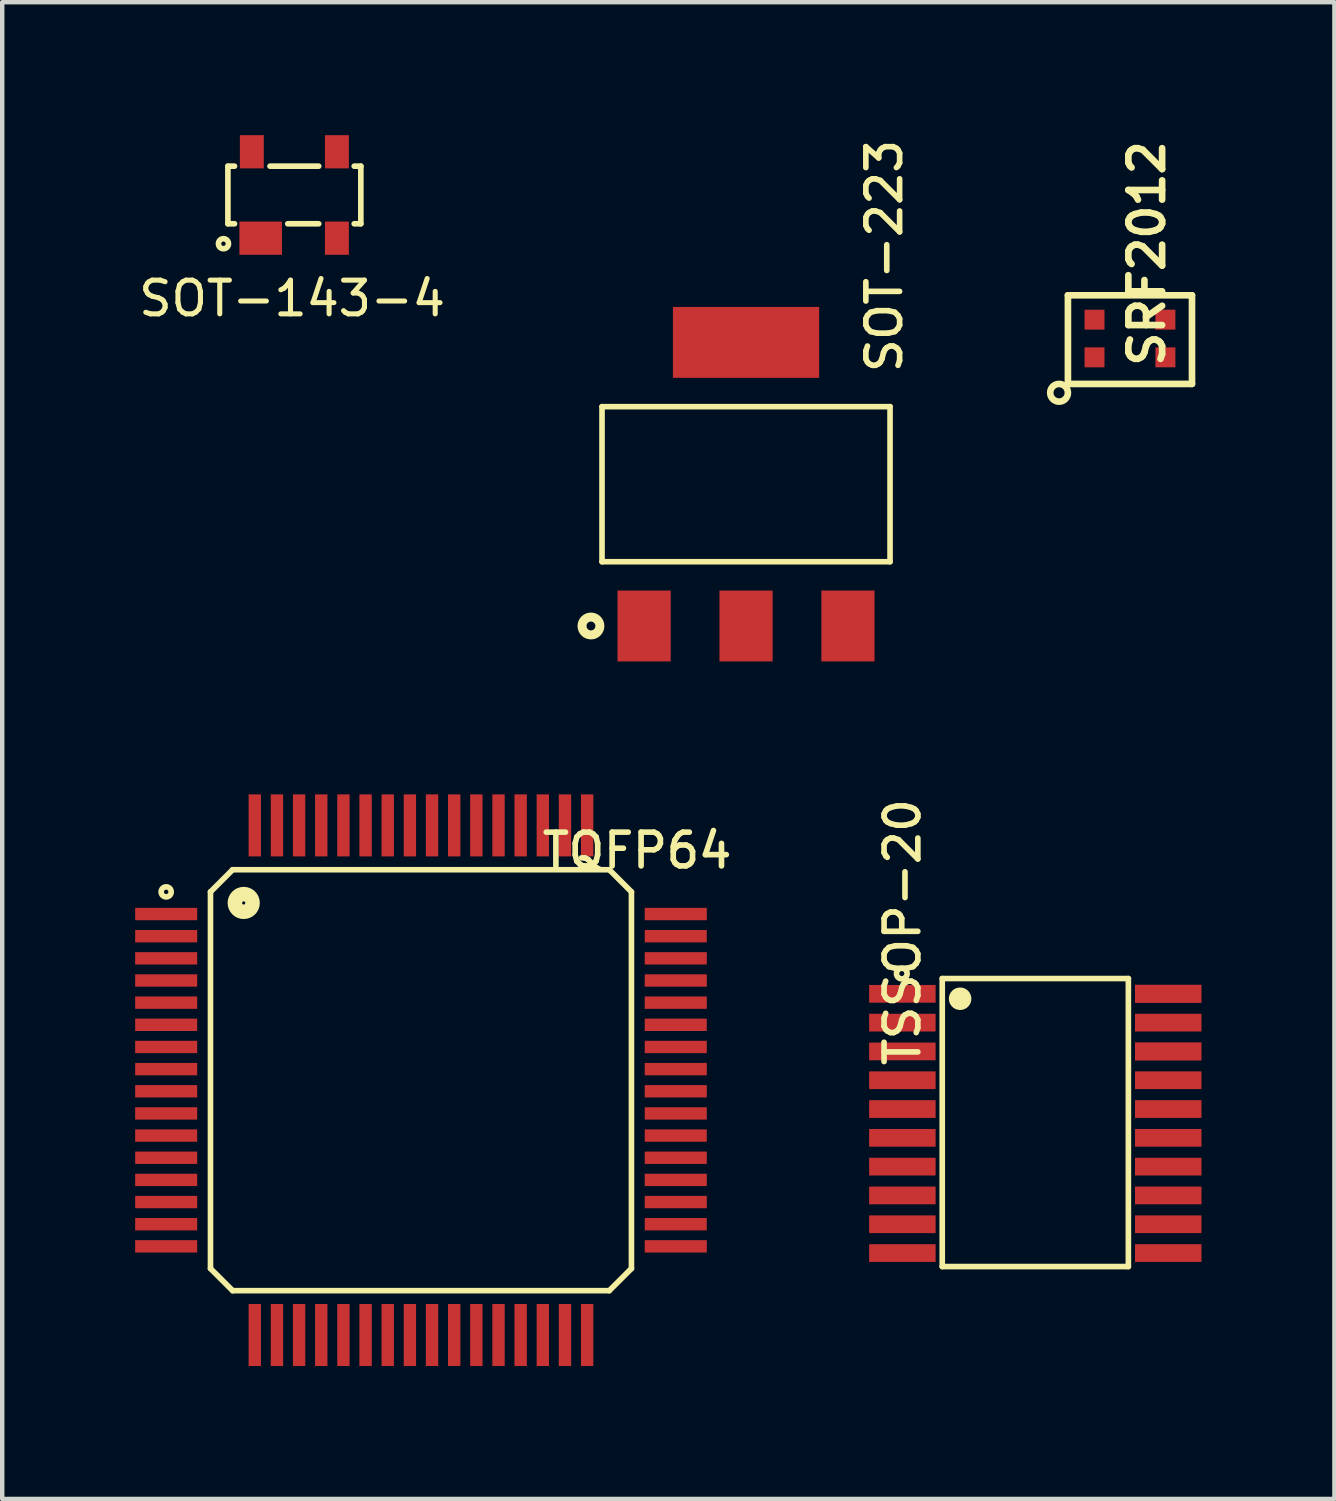
<source format=kicad_pcb>
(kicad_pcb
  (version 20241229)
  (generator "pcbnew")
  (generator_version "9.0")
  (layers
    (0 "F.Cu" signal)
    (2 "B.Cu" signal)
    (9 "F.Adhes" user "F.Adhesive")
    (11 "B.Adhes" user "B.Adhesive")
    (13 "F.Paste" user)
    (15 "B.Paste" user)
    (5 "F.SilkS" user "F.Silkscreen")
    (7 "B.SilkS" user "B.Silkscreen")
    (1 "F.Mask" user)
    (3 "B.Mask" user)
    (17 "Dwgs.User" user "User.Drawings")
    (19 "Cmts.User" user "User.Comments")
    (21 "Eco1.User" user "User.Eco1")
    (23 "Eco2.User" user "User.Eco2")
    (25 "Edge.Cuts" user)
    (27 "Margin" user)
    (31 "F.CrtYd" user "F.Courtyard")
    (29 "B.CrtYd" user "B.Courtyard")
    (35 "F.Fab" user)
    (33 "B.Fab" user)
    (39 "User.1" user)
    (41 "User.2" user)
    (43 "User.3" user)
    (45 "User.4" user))
  (footprint "TQFP64"
    (layer "F.Cu")
    (at 6.45 21.327)
    (property "Reference" "TQFP64" (at 4.877 -5.182 0) (layer "F.SilkS") (effects (font (size 0.762 0.762) (thickness 0.127))))
    (attr through_hole)
    (fp_line (start -4.75 -4.25) (end -4.25 -4.75) (stroke (width 0.127) (type solid)) (layer "F.SilkS"))
    (fp_line (start -4.75 4.25) (end -4.75 -4.25) (stroke (width 0.127) (type solid)) (layer "F.SilkS"))
    (fp_line (start -4.25 -4.75) (end 4.25 -4.75) (stroke (width 0.127) (type solid)) (layer "F.SilkS"))
    (fp_line (start -4.25 4.75) (end -4.75 4.25) (stroke (width 0.127) (type solid)) (layer "F.SilkS"))
    (fp_line (start 4.25 -4.75) (end 4.75 -4.25) (stroke (width 0.127) (type solid)) (layer "F.SilkS"))
    (fp_line (start 4.25 4.75) (end -4.25 4.75) (stroke (width 0.127) (type solid)) (layer "F.SilkS"))
    (fp_line (start 4.75 -4.25) (end 4.75 4.25) (stroke (width 0.127) (type solid)) (layer "F.SilkS"))
    (fp_line (start 4.75 4.25) (end 4.25 4.75) (stroke (width 0.127) (type solid)) (layer "F.SilkS"))
    (fp_circle (center -5.75 -4.25) (end -5.75 -4.3) (stroke (width 0.127) (type solid)) (fill no) (layer "F.SilkS"))
    (fp_circle (center -4 -4) (end -4 -4.3) (stroke (width 0.127) (type solid)) (fill no) (layer "F.SilkS"))
    (fp_circle (center -4 -4) (end -4 -4.2) (stroke (width 0.127) (type solid)) (fill no) (layer "F.SilkS"))
    (fp_circle (center -4 -4) (end -4 -4.1) (stroke (width 0.127) (type solid)) (fill no) (layer "F.SilkS"))
    (fp_circle (center -4 -4) (end -3.95 -4) (stroke (width 0.127) (type solid)) (fill no) (layer "F.SilkS"))
    (pad "1" smd rect (at -5.75 -3.75 90) (size 0.279 1.4) (layers "F.Cu" "F.Mask" "F.Paste"))
    (pad "2" smd rect (at -5.75 -3.25 90) (size 0.279 1.4) (layers "F.Cu" "F.Mask" "F.Paste"))
    (pad "3" smd rect (at -5.75 -2.75 90) (size 0.279 1.4) (layers "F.Cu" "F.Mask" "F.Paste"))
    (pad "4" smd rect (at -5.75 -2.25 90) (size 0.279 1.4) (layers "F.Cu" "F.Mask" "F.Paste"))
    (pad "5" smd rect (at -5.75 -1.75 90) (size 0.279 1.4) (layers "F.Cu" "F.Mask" "F.Paste"))
    (pad "6" smd rect (at -5.75 -1.25 90) (size 0.279 1.4) (layers "F.Cu" "F.Mask" "F.Paste"))
    (pad "7" smd rect (at -5.75 -0.75 90) (size 0.279 1.4) (layers "F.Cu" "F.Mask" "F.Paste"))
    (pad "8" smd rect (at -5.75 -0.25 90) (size 0.279 1.4) (layers "F.Cu" "F.Mask" "F.Paste"))
    (pad "9" smd rect (at -5.75 0.25 90) (size 0.279 1.4) (layers "F.Cu" "F.Mask" "F.Paste"))
    (pad "10" smd rect (at -5.75 0.75 90) (size 0.279 1.4) (layers "F.Cu" "F.Mask" "F.Paste"))
    (pad "11" smd rect (at -5.75 1.25 90) (size 0.279 1.4) (layers "F.Cu" "F.Mask" "F.Paste"))
    (pad "12" smd rect (at -5.75 1.75 90) (size 0.279 1.4) (layers "F.Cu" "F.Mask" "F.Paste"))
    (pad "13" smd rect (at -5.75 2.25 90) (size 0.279 1.4) (layers "F.Cu" "F.Mask" "F.Paste"))
    (pad "14" smd rect (at -5.75 2.75 90) (size 0.279 1.4) (layers "F.Cu" "F.Mask" "F.Paste"))
    (pad "15" smd rect (at -5.75 3.25 90) (size 0.279 1.4) (layers "F.Cu" "F.Mask" "F.Paste"))
    (pad "16" smd rect (at -5.75 3.75 90) (size 0.279 1.4) (layers "F.Cu" "F.Mask" "F.Paste"))
    (pad "17" smd rect (at -3.75 5.75) (size 0.279 1.4) (layers "F.Cu" "F.Mask" "F.Paste"))
    (pad "18" smd rect (at -3.25 5.75) (size 0.279 1.4) (layers "F.Cu" "F.Mask" "F.Paste"))
    (pad "19" smd rect (at -2.75 5.75) (size 0.279 1.4) (layers "F.Cu" "F.Mask" "F.Paste"))
    (pad "20" smd rect (at -2.25 5.75) (size 0.279 1.4) (layers "F.Cu" "F.Mask" "F.Paste"))
    (pad "21" smd rect (at -1.75 5.75) (size 0.279 1.4) (layers "F.Cu" "F.Mask" "F.Paste"))
    (pad "22" smd rect (at -1.25 5.75) (size 0.279 1.4) (layers "F.Cu" "F.Mask" "F.Paste"))
    (pad "23" smd rect (at -0.75 5.75) (size 0.279 1.4) (layers "F.Cu" "F.Mask" "F.Paste"))
    (pad "24" smd rect (at -0.25 5.75) (size 0.279 1.4) (layers "F.Cu" "F.Mask" "F.Paste"))
    (pad "25" smd rect (at 0.25 5.75) (size 0.279 1.4) (layers "F.Cu" "F.Mask" "F.Paste"))
    (pad "26" smd rect (at 0.75 5.75) (size 0.279 1.4) (layers "F.Cu" "F.Mask" "F.Paste"))
    (pad "27" smd rect (at 1.25 5.75) (size 0.279 1.4) (layers "F.Cu" "F.Mask" "F.Paste"))
    (pad "28" smd rect (at 1.75 5.75) (size 0.279 1.4) (layers "F.Cu" "F.Mask" "F.Paste"))
    (pad "29" smd rect (at 2.25 5.75) (size 0.279 1.4) (layers "F.Cu" "F.Mask" "F.Paste"))
    (pad "30" smd rect (at 2.75 5.75) (size 0.279 1.4) (layers "F.Cu" "F.Mask" "F.Paste"))
    (pad "31" smd rect (at 3.25 5.75) (size 0.279 1.4) (layers "F.Cu" "F.Mask" "F.Paste"))
    (pad "32" smd rect (at 3.75 5.75) (size 0.279 1.4) (layers "F.Cu" "F.Mask" "F.Paste"))
    (pad "33" smd rect (at 5.75 3.75 90) (size 0.279 1.4) (layers "F.Cu" "F.Mask" "F.Paste"))
    (pad "34" smd rect (at 5.75 3.25 90) (size 0.279 1.4) (layers "F.Cu" "F.Mask" "F.Paste"))
    (pad "35" smd rect (at 5.75 2.75 90) (size 0.279 1.4) (layers "F.Cu" "F.Mask" "F.Paste"))
    (pad "36" smd rect (at 5.75 2.25 90) (size 0.279 1.4) (layers "F.Cu" "F.Mask" "F.Paste"))
    (pad "37" smd rect (at 5.75 1.75 90) (size 0.279 1.4) (layers "F.Cu" "F.Mask" "F.Paste"))
    (pad "38" smd rect (at 5.75 1.25 90) (size 0.279 1.4) (layers "F.Cu" "F.Mask" "F.Paste"))
    (pad "39" smd rect (at 5.75 0.75 90) (size 0.279 1.4) (layers "F.Cu" "F.Mask" "F.Paste"))
    (pad "40" smd rect (at 5.75 0.25 90) (size 0.279 1.4) (layers "F.Cu" "F.Mask" "F.Paste"))
    (pad "41" smd rect (at 5.75 -0.25 90) (size 0.279 1.4) (layers "F.Cu" "F.Mask" "F.Paste"))
    (pad "42" smd rect (at 5.75 -0.75 90) (size 0.279 1.4) (layers "F.Cu" "F.Mask" "F.Paste"))
    (pad "43" smd rect (at 5.75 -1.25 90) (size 0.279 1.4) (layers "F.Cu" "F.Mask" "F.Paste"))
    (pad "44" smd rect (at 5.75 -1.75 90) (size 0.279 1.4) (layers "F.Cu" "F.Mask" "F.Paste"))
    (pad "45" smd rect (at 5.75 -2.25 90) (size 0.279 1.4) (layers "F.Cu" "F.Mask" "F.Paste"))
    (pad "46" smd rect (at 5.75 -2.75 90) (size 0.279 1.4) (layers "F.Cu" "F.Mask" "F.Paste"))
    (pad "47" smd rect (at 5.75 -3.25 90) (size 0.279 1.4) (layers "F.Cu" "F.Mask" "F.Paste"))
    (pad "48" smd rect (at 5.75 -3.75 90) (size 0.279 1.4) (layers "F.Cu" "F.Mask" "F.Paste"))
    (pad "49" smd rect (at 3.75 -5.75) (size 0.279 1.4) (layers "F.Cu" "F.Mask" "F.Paste"))
    (pad "50" smd rect (at 3.25 -5.75) (size 0.279 1.4) (layers "F.Cu" "F.Mask" "F.Paste"))
    (pad "51" smd rect (at 2.75 -5.75) (size 0.279 1.4) (layers "F.Cu" "F.Mask" "F.Paste"))
    (pad "52" smd rect (at 2.25 -5.75) (size 0.279 1.4) (layers "F.Cu" "F.Mask" "F.Paste"))
    (pad "53" smd rect (at 1.75 -5.75) (size 0.279 1.4) (layers "F.Cu" "F.Mask" "F.Paste"))
    (pad "54" smd rect (at 1.25 -5.75) (size 0.279 1.4) (layers "F.Cu" "F.Mask" "F.Paste"))
    (pad "55" smd rect (at 0.75 -5.75) (size 0.279 1.4) (layers "F.Cu" "F.Mask" "F.Paste"))
    (pad "56" smd rect (at 0.25 -5.75) (size 0.279 1.4) (layers "F.Cu" "F.Mask" "F.Paste"))
    (pad "57" smd rect (at -0.25 -5.75) (size 0.279 1.4) (layers "F.Cu" "F.Mask" "F.Paste"))
    (pad "58" smd rect (at -0.75 -5.75) (size 0.279 1.4) (layers "F.Cu" "F.Mask" "F.Paste"))
    (pad "59" smd rect (at -1.25 -5.75) (size 0.279 1.4) (layers "F.Cu" "F.Mask" "F.Paste"))
    (pad "60" smd rect (at -1.75 -5.75) (size 0.279 1.4) (layers "F.Cu" "F.Mask" "F.Paste"))
    (pad "61" smd rect (at -2.25 -5.75) (size 0.279 1.4) (layers "F.Cu" "F.Mask" "F.Paste"))
    (pad "62" smd rect (at -2.75 -5.75) (size 0.279 1.4) (layers "F.Cu" "F.Mask" "F.Paste"))
    (pad "63" smd rect (at -3.25 -5.75) (size 0.279 1.4) (layers "F.Cu" "F.Mask" "F.Paste"))
    (pad "64" smd rect (at -3.75 -5.75) (size 0.279 1.4) (layers "F.Cu" "F.Mask" "F.Paste")))
  (footprint "SRF2012"
    (layer "F.Cu")
    (at 21.65 5.014)
    (property "Reference" "SRF2012" (at 1.181 -2.343 90) (layer "F.SilkS") (effects (font (size 0.762 0.762) (thickness 0.15))))
    (attr through_hole)
    (fp_line (start -0.6 -1.4) (end -0.6 0.6) (stroke (width 0.15) (type solid)) (layer "F.SilkS"))
    (fp_line (start -0.6 0.6) (end 2.2 0.6) (stroke (width 0.15) (type solid)) (layer "F.SilkS"))
    (fp_line (start 2.2 -1.4) (end -0.6 -1.4) (stroke (width 0.15) (type solid)) (layer "F.SilkS"))
    (fp_line (start 2.2 0.6) (end 2.2 -1.4) (stroke (width 0.15) (type solid)) (layer "F.SilkS"))
    (fp_circle (center -0.8 0.8) (end -0.6 0.8) (stroke (width 0.15) (type solid)) (fill no) (layer "F.SilkS"))
    (pad "1" smd rect (at 0 0) (size 0.45 0.45) (layers "F.Cu" "F.Mask" "F.Paste"))
    (pad "2" smd rect (at 1.6 0) (size 0.45 0.45) (layers "F.Cu" "F.Mask" "F.Paste"))
    (pad "3" smd rect (at 1.6 -0.85) (size 0.45 0.45) (layers "F.Cu" "F.Mask" "F.Paste"))
    (pad "4" smd rect (at 0 -0.85) (size 0.45 0.45) (layers "F.Cu" "F.Mask" "F.Paste")))
  (footprint "TSSOP-20"
    (layer "F.Cu")
    (at 20.314 22.303)
    (property "Reference" "TSSOP-20" (at -2.997 -4.318 90) (layer "F.SilkS") (effects (font (size 0.762 0.762) (thickness 0.127))))
    (attr smd)
    (fp_line (start -2.1 -3.27) (end 2.1 -3.27) (stroke (width 0.127) (type solid)) (layer "F.SilkS"))
    (fp_line (start -2.1 3.23) (end -2.1 -3.27) (stroke (width 0.127) (type solid)) (layer "F.SilkS"))
    (fp_line (start 2.1 -3.27) (end 2.1 3.23) (stroke (width 0.127) (type solid)) (layer "F.SilkS"))
    (fp_line (start 2.1 3.23) (end -2.1 3.23) (stroke (width 0.127) (type solid)) (layer "F.SilkS"))
    (fp_circle (center -3.013 -3.383) (end -2.988 -3.332) (stroke (width 0.127) (type solid)) (fill no) (layer "F.SilkS"))
    (fp_circle (center -1.697 -2.814) (end -1.697 -2.687) (stroke (width 0.254) (type solid)) (fill no) (layer "F.SilkS"))
    (pad "1" smd rect (at -3 -2.925 270) (size 0.4 1.5) (layers "F.Cu" "F.Mask" "F.Paste"))
    (pad "2" smd rect (at -3 -2.275 270) (size 0.4 1.5) (layers "F.Cu" "F.Mask" "F.Paste"))
    (pad "3" smd rect (at -3 -1.625 270) (size 0.4 1.5) (layers "F.Cu" "F.Mask" "F.Paste"))
    (pad "4" smd rect (at -3 -0.975 270) (size 0.4 1.5) (layers "F.Cu" "F.Mask" "F.Paste"))
    (pad "5" smd rect (at -3 -0.325 270) (size 0.4 1.5) (layers "F.Cu" "F.Mask" "F.Paste"))
    (pad "6" smd rect (at -3 0.325 270) (size 0.4 1.5) (layers "F.Cu" "F.Mask" "F.Paste"))
    (pad "7" smd rect (at -3 0.975 270) (size 0.4 1.5) (layers "F.Cu" "F.Mask" "F.Paste"))
    (pad "8" smd rect (at -3 1.625 270) (size 0.4 1.5) (layers "F.Cu" "F.Mask" "F.Paste"))
    (pad "9" smd rect (at -3 2.275 270) (size 0.4 1.5) (layers "F.Cu" "F.Mask" "F.Paste"))
    (pad "10" smd rect (at -3 2.925 270) (size 0.4 1.5) (layers "F.Cu" "F.Mask" "F.Paste"))
    (pad "11" smd rect (at 3 2.925 270) (size 0.4 1.5) (layers "F.Cu" "F.Mask" "F.Paste"))
    (pad "12" smd rect (at 3 2.275 270) (size 0.4 1.5) (layers "F.Cu" "F.Mask" "F.Paste"))
    (pad "13" smd rect (at 3 1.625 270) (size 0.4 1.5) (layers "F.Cu" "F.Mask" "F.Paste"))
    (pad "14" smd rect (at 3 0.975 270) (size 0.4 1.5) (layers "F.Cu" "F.Mask" "F.Paste"))
    (pad "15" smd rect (at 3 0.325 270) (size 0.4 1.5) (layers "F.Cu" "F.Mask" "F.Paste"))
    (pad "16" smd rect (at 3 -0.325 270) (size 0.4 1.5) (layers "F.Cu" "F.Mask" "F.Paste"))
    (pad "17" smd rect (at 3 -0.975 270) (size 0.4 1.5) (layers "F.Cu" "F.Mask" "F.Paste"))
    (pad "18" smd rect (at 3 -1.625 270) (size 0.41 1.5) (layers "F.Cu" "F.Mask" "F.Paste"))
    (pad "19" smd rect (at 3 -2.275 270) (size 0.4 1.5) (layers "F.Cu" "F.Mask" "F.Paste"))
    (pad "20" smd rect (at 3 -2.925 270) (size 0.41 1.5) (layers "F.Cu" "F.Mask" "F.Paste")))
  (footprint "SOT-223"
    (layer "F.Cu")
    (at 13.786 7.877)
    (property "Reference" "SOT-223" (at 3.12 -5.15 90) (layer "F.SilkS") (effects (font (size 0.762 0.762) (thickness 0.127))))
    (attr smd)
    (fp_line (start -3.25 -1.75) (end -3.25 1.75) (stroke (width 0.127) (type solid)) (layer "F.SilkS"))
    (fp_line (start -3.25 1.75) (end 3.25 1.75) (stroke (width 0.127) (type solid)) (layer "F.SilkS"))
    (fp_line (start 3.25 -1.75) (end -3.25 -1.75) (stroke (width 0.127) (type solid)) (layer "F.SilkS"))
    (fp_line (start 3.25 1.75) (end 3.25 -1.75) (stroke (width 0.127) (type solid)) (layer "F.SilkS"))
    (fp_circle (center -3.5 3.2) (end -3.4 3.2) (stroke (width 0.203) (type solid)) (fill no) (layer "F.SilkS"))
    (pad "1" smd rect (at -2.3 3.2) (size 1.2 1.6) (layers "F.Cu" "F.Mask" "F.Paste"))
    (pad "2" smd rect (at 0 -3.2) (size 3.3 1.6) (layers "F.Cu" "F.Mask" "F.Paste"))
    (pad "2" smd rect (at 0 3.2) (size 1.2 1.6) (layers "F.Cu" "F.Mask" "F.Paste"))
    (pad "3" smd rect (at 2.3 3.2) (size 1.2 1.6) (layers "F.Cu" "F.Mask" "F.Paste")))
  (footprint "SOT-143-4"
    (layer "F.Cu")
    (at 3.593 1.35)
    (property "Reference" "SOT-143-4" (at -0.051 2.337 0) (layer "F.SilkS") (effects (font (size 0.762 0.762) (thickness 0.114))))
    (attr smd)
    (fp_line (start -1.5 -0.65) (end -1.5 0.65) (stroke (width 0.127) (type solid)) (layer "F.SilkS"))
    (fp_line (start -1.5 -0.65) (end -1.35 -0.65) (stroke (width 0.127) (type solid)) (layer "F.SilkS"))
    (fp_line (start -1.5 0.65) (end -1.35 0.65) (stroke (width 0.127) (type solid)) (layer "F.SilkS"))
    (fp_line (start -0.55 -0.65) (end 0.55 -0.65) (stroke (width 0.127) (type solid)) (layer "F.SilkS"))
    (fp_line (start -0.15 0.65) (end 0.55 0.65) (stroke (width 0.127) (type solid)) (layer "F.SilkS"))
    (fp_line (start 1.5 -0.65) (end 1.35 -0.65) (stroke (width 0.127) (type solid)) (layer "F.SilkS"))
    (fp_line (start 1.5 -0.65) (end 1.5 0.65) (stroke (width 0.127) (type solid)) (layer "F.SilkS"))
    (fp_line (start 1.5 0.65) (end 1.35 0.65) (stroke (width 0.127) (type solid)) (layer "F.SilkS"))
    (fp_circle (center -1.6 1.1) (end -1.55 1.1) (stroke (width 0.127) (type solid)) (fill no) (layer "F.SilkS"))
    (pad "1" smd rect (at -0.76 0.975) (size 0.96 0.75) (layers "F.Cu" "F.Mask" "F.Paste"))
    (pad "2" smd rect (at 0.96 0.975) (size 0.54 0.75) (layers "F.Cu" "F.Mask" "F.Paste"))
    (pad "3" smd rect (at 0.96 -0.975) (size 0.54 0.75) (layers "F.Cu" "F.Mask" "F.Paste"))
    (pad "4" smd rect (at -0.96 -0.975) (size 0.54 0.75) (layers "F.Cu" "F.Mask" "F.Paste")))
  (gr_rect
    (start -3 -3)
    (end 27.064 30.777)
    (stroke (width 0.1) (type default))
    (fill no)
    (layer "Edge.Cuts")))
</source>
